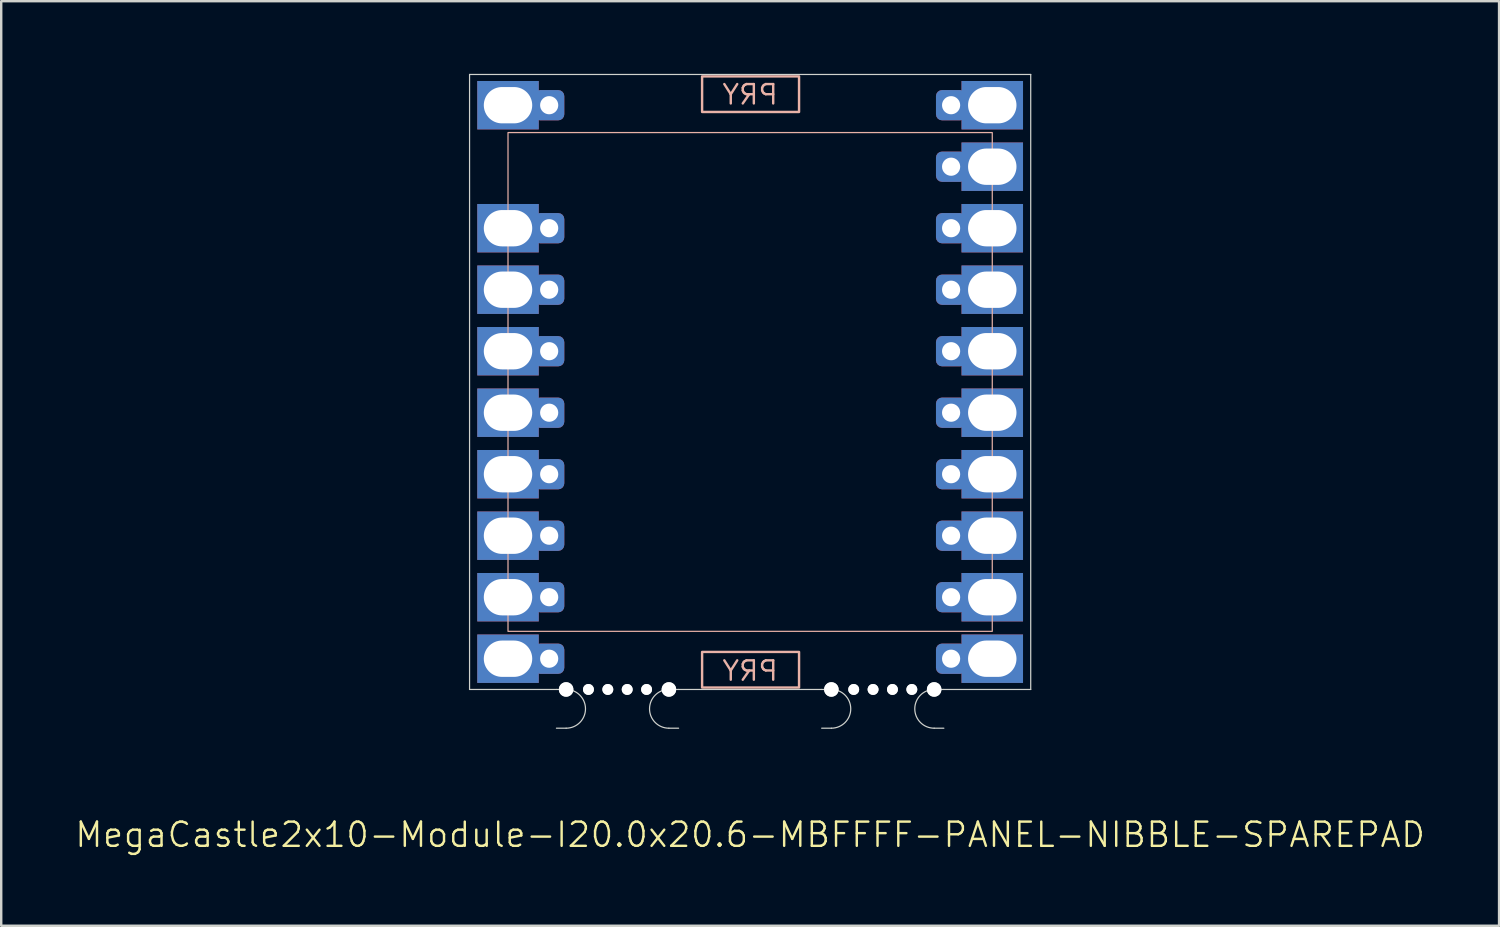
<source format=kicad_pcb>
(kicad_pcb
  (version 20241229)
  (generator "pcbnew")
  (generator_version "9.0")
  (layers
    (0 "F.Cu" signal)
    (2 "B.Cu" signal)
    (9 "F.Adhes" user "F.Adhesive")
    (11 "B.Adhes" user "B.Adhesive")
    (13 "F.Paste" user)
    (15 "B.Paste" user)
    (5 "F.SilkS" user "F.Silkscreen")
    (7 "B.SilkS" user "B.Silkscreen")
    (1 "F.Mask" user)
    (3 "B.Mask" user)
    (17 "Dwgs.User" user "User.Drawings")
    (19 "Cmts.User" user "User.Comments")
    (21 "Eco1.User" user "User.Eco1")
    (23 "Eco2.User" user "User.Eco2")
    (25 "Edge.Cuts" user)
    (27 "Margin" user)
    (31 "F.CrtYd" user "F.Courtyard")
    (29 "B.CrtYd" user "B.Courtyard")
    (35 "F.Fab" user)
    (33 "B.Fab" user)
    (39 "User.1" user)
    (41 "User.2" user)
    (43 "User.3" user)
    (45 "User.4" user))
  (footprint "MegaCastle2x10-Module-I20.0x20.6-MBFFFF-PANEL-NIBBLE-SPAREPAD"
    (layer "F.Cu")
    (at 27.931 12.725)
    (property "Reference" "MegaCastle2x10-Module-I20.0x20.6-MBFFFF-PANEL-NIBBLE-SPAREPAD" (at 0 18.7 0) (unlocked yes) (layer "F.SilkS") (effects (font (size 1 1) (thickness 0.1))))
    (attr smd)
    (fp_rect (start -10 10.3) (end 10 -10.3) (stroke (width 0.05) (type default)) (fill no) (layer "B.SilkS"))
    (fp_rect (start -1.984 -11.151) (end 2.02 -12.62) (stroke (width 0.1) (type default)) (fill no) (layer "B.SilkS"))
    (fp_rect (start -1.984 11.151) (end 2.02 12.62) (stroke (width 0.1) (type default)) (fill no) (layer "B.SilkS"))
    (fp_line (start -11.588 -12.7) (end -11.588 12.7) (stroke (width 0.05) (type default)) (layer "Edge.Cuts"))
    (fp_line (start -11.588 -12.7) (end 11.588 -12.7) (stroke (width 0.05) (type default)) (layer "Edge.Cuts"))
    (fp_line (start -11.588 12.7) (end -8 12.7) (stroke (width 0.05) (type default)) (layer "Edge.Cuts"))
    (fp_line (start -8 12.7) (end -7.6 12.7) (stroke (width 0.05) (type default)) (layer "Edge.Cuts"))
    (fp_line (start -8 14.3) (end -7.6 14.3) (stroke (width 0.05) (type default)) (layer "Edge.Cuts"))
    (fp_line (start -2.955 12.7) (end -3.355 12.7) (stroke (width 0.05) (type default)) (layer "Edge.Cuts"))
    (fp_line (start -2.955 12.7) (end 2.955 12.7) (stroke (width 0.05) (type default)) (layer "Edge.Cuts"))
    (fp_line (start -2.955 14.3) (end -3.355 14.3) (stroke (width 0.05) (type default)) (layer "Edge.Cuts"))
    (fp_line (start 2.955 12.7) (end 3.355 12.7) (stroke (width 0.05) (type default)) (layer "Edge.Cuts"))
    (fp_line (start 2.955 14.3) (end 3.355 14.3) (stroke (width 0.05) (type default)) (layer "Edge.Cuts"))
    (fp_line (start 8 12.7) (end 7.6 12.7) (stroke (width 0.05) (type default)) (layer "Edge.Cuts"))
    (fp_line (start 8 12.7) (end 11.588 12.7) (stroke (width 0.05) (type default)) (layer "Edge.Cuts"))
    (fp_line (start 8 14.3) (end 7.6 14.3) (stroke (width 0.05) (type default)) (layer "Edge.Cuts"))
    (fp_line (start 11.588 -12.7) (end 11.588 12.7) (stroke (width 0.05) (type default)) (layer "Edge.Cuts"))
    (fp_arc (start -7.6 12.7) (mid -6.8 13.5) (end -7.6 14.3) (stroke (width 0.05) (type default)) (layer "Edge.Cuts"))
    (fp_arc (start -3.355 14.3) (mid -4.155 13.5) (end -3.355 12.7) (stroke (width 0.05) (type default)) (layer "Edge.Cuts"))
    (fp_arc (start 3.355 12.7) (mid 4.155 13.5) (end 3.355 14.3) (stroke (width 0.05) (type default)) (layer "Edge.Cuts"))
    (fp_arc (start 7.6 14.3) (mid 6.8 13.5) (end 7.6 12.7) (stroke (width 0.05) (type default)) (layer "Edge.Cuts"))
    (fp_text user "PRY" (at 0 12.4 0) (unlocked yes) (layer "B.SilkS") (effects (font (size 0.8 0.8) (thickness 0.1)) (justify bottom mirror)))
    (fp_text user "PRY" (at 0 -11.4 0) (unlocked yes) (layer "B.SilkS") (effects (font (size 0.8 0.8) (thickness 0.1)) (justify bottom mirror)))
    (pad "" np_thru_hole circle (at -7.6 12.7) (size 0.6 0.6) (drill 0.6) (layers "*.Cu" "Edge.Cuts"))
    (pad "" np_thru_hole circle (at -6.678 12.7) (size 0.45 0.45) (drill 0.45) (layers "*.Cu" "Edge.Cuts"))
    (pad "" np_thru_hole circle (at -5.878 12.7) (size 0.45 0.45) (drill 0.45) (layers "*.Cu" "Edge.Cuts"))
    (pad "" np_thru_hole circle (at -5.077 12.7) (size 0.45 0.45) (drill 0.45) (layers "*.Cu" "Edge.Cuts"))
    (pad "" np_thru_hole circle (at -4.277 12.7) (size 0.45 0.45) (drill 0.45) (layers "*.Cu" "Edge.Cuts"))
    (pad "" np_thru_hole circle (at -3.355 12.7) (size 0.6 0.6) (drill 0.6) (layers "*.Cu" "Edge.Cuts"))
    (pad "" np_thru_hole circle (at 3.355 12.7) (size 0.6 0.6) (drill 0.6) (layers "*.Cu" "Edge.Cuts"))
    (pad "" np_thru_hole circle (at 4.277 12.7) (size 0.45 0.45) (drill 0.45) (layers "*.Cu" "Edge.Cuts"))
    (pad "" np_thru_hole circle (at 5.077 12.7) (size 0.45 0.45) (drill 0.45) (layers "*.Cu" "Edge.Cuts"))
    (pad "" np_thru_hole circle (at 5.878 12.7) (size 0.45 0.45) (drill 0.45) (layers "*.Cu" "Edge.Cuts"))
    (pad "" np_thru_hole circle (at 6.678 12.7) (size 0.45 0.45) (drill 0.45) (layers "*.Cu" "Edge.Cuts"))
    (pad "" np_thru_hole circle (at 7.6 12.7) (size 0.6 0.6) (drill 0.6) (layers "*.Cu" "Edge.Cuts"))
    (pad "1" thru_hole rect (at -10 -11.43) (size 2.54 2) (drill oval 2 1.5) (property pad_prop_castellated) (layers "*.Cu" "*.Mask"))
    (pad "1" thru_hole roundrect (at -8.3 -11.43 180) (size 1.25 1.25) (drill 0.75) (layers "*.Cu" "*.Mask") (roundrect_rratio 0.2))
    (pad "3" thru_hole rect (at -10 -6.35) (size 2.54 2) (drill oval 2 1.5) (property pad_prop_castellated) (layers "*.Cu" "*.Mask"))
    (pad "3" thru_hole roundrect (at -8.3 -6.35 180) (size 1.25 1.25) (drill 0.75) (layers "*.Cu" "*.Mask") (roundrect_rratio 0.2))
    (pad "4" thru_hole rect (at -10 -3.81) (size 2.54 2) (drill oval 2 1.5) (property pad_prop_castellated) (layers "*.Cu" "*.Mask"))
    (pad "4" thru_hole roundrect (at -8.3 -3.81 180) (size 1.25 1.25) (drill 0.75) (layers "*.Cu" "*.Mask") (roundrect_rratio 0.2))
    (pad "5" thru_hole rect (at -10 -1.27) (size 2.54 2) (drill oval 2 1.5) (property pad_prop_castellated) (layers "*.Cu" "*.Mask"))
    (pad "5" thru_hole roundrect (at -8.3 -1.27 180) (size 1.25 1.25) (drill 0.75) (layers "*.Cu" "*.Mask") (roundrect_rratio 0.2))
    (pad "6" thru_hole rect (at -10 1.27) (size 2.54 2) (drill oval 2 1.5) (property pad_prop_castellated) (layers "*.Cu" "*.Mask"))
    (pad "6" thru_hole roundrect (at -8.3 1.27 180) (size 1.25 1.25) (drill 0.75) (layers "*.Cu" "*.Mask") (roundrect_rratio 0.2))
    (pad "7" thru_hole rect (at -10 3.81) (size 2.54 2) (drill oval 2 1.5) (property pad_prop_castellated) (layers "*.Cu" "*.Mask"))
    (pad "7" thru_hole roundrect (at -8.3 3.81 180) (size 1.25 1.25) (drill 0.75) (layers "*.Cu" "*.Mask") (roundrect_rratio 0.2))
    (pad "8" thru_hole rect (at -10 6.35) (size 2.54 2) (drill oval 2 1.5) (property pad_prop_castellated) (layers "*.Cu" "*.Mask"))
    (pad "8" thru_hole roundrect (at -8.3 6.35 180) (size 1.25 1.25) (drill 0.75) (layers "*.Cu" "*.Mask") (roundrect_rratio 0.2))
    (pad "9" thru_hole rect (at -10 8.89) (size 2.54 2) (drill oval 2 1.5) (property pad_prop_castellated) (layers "*.Cu" "*.Mask"))
    (pad "9" thru_hole roundrect (at -8.3 8.89 180) (size 1.25 1.25) (drill 0.75) (layers "*.Cu" "*.Mask") (roundrect_rratio 0.2))
    (pad "10" thru_hole rect (at -10 11.43) (size 2.54 2) (drill oval 2 1.5) (property pad_prop_castellated) (layers "*.Cu" "*.Mask"))
    (pad "10" thru_hole roundrect (at -8.3 11.43 180) (size 1.25 1.25) (drill 0.75) (layers "*.Cu" "*.Mask") (roundrect_rratio 0.2))
    (pad "11" thru_hole roundrect (at 8.3 -11.43 180) (size 1.25 1.25) (drill 0.75) (layers "*.Cu" "*.Mask") (roundrect_rratio 0.2))
    (pad "11" thru_hole rect (at 10 -11.43) (size 2.54 2) (drill oval 2 1.5) (property pad_prop_castellated) (layers "*.Cu" "*.Mask"))
    (pad "12" thru_hole roundrect (at 8.3 -8.89 180) (size 1.25 1.25) (drill 0.75) (layers "*.Cu" "*.Mask") (roundrect_rratio 0.2))
    (pad "12" thru_hole rect (at 10 -8.89) (size 2.54 2) (drill oval 2 1.5) (property pad_prop_castellated) (layers "*.Cu" "*.Mask"))
    (pad "13" thru_hole roundrect (at 8.3 -6.35 180) (size 1.25 1.25) (drill 0.75) (layers "*.Cu" "*.Mask") (roundrect_rratio 0.2))
    (pad "13" thru_hole rect (at 10 -6.35) (size 2.54 2) (drill oval 2 1.5) (property pad_prop_castellated) (layers "*.Cu" "*.Mask"))
    (pad "14" thru_hole roundrect (at 8.3 -3.81 180) (size 1.25 1.25) (drill 0.75) (layers "*.Cu" "*.Mask") (roundrect_rratio 0.2))
    (pad "14" thru_hole rect (at 10 -3.81) (size 2.54 2) (drill oval 2 1.5) (property pad_prop_castellated) (layers "*.Cu" "*.Mask"))
    (pad "15" thru_hole roundrect (at 8.3 -1.27 180) (size 1.25 1.25) (drill 0.75) (layers "*.Cu" "*.Mask") (roundrect_rratio 0.2))
    (pad "15" thru_hole rect (at 10 -1.27) (size 2.54 2) (drill oval 2 1.5) (property pad_prop_castellated) (layers "*.Cu" "*.Mask"))
    (pad "16" thru_hole roundrect (at 8.3 1.27 180) (size 1.25 1.25) (drill 0.75) (layers "*.Cu" "*.Mask") (roundrect_rratio 0.2))
    (pad "16" thru_hole rect (at 10 1.27) (size 2.54 2) (drill oval 2 1.5) (property pad_prop_castellated) (layers "*.Cu" "*.Mask"))
    (pad "17" thru_hole roundrect (at 8.3 3.81 180) (size 1.25 1.25) (drill 0.75) (layers "*.Cu" "*.Mask") (roundrect_rratio 0.2))
    (pad "17" thru_hole rect (at 10 3.81) (size 2.54 2) (drill oval 2 1.5) (property pad_prop_castellated) (layers "*.Cu" "*.Mask"))
    (pad "18" thru_hole roundrect (at 8.3 6.35 180) (size 1.25 1.25) (drill 0.75) (layers "*.Cu" "*.Mask") (roundrect_rratio 0.2))
    (pad "18" thru_hole rect (at 10 6.35) (size 2.54 2) (drill oval 2 1.5) (property pad_prop_castellated) (layers "*.Cu" "*.Mask"))
    (pad "19" thru_hole roundrect (at 8.3 8.89 180) (size 1.25 1.25) (drill 0.75) (layers "*.Cu" "*.Mask") (roundrect_rratio 0.2))
    (pad "19" thru_hole rect (at 10 8.89) (size 2.54 2) (drill oval 2 1.5) (property pad_prop_castellated) (layers "*.Cu" "*.Mask"))
    (pad "20" thru_hole roundrect (at 8.3 11.43 180) (size 1.25 1.25) (drill 0.75) (layers "*.Cu" "*.Mask") (roundrect_rratio 0.2))
    (pad "20" thru_hole rect (at 10 11.43) (size 2.54 2) (drill oval 2 1.5) (property pad_prop_castellated) (layers "*.Cu" "*.Mask"))
    (zone (net_name "") (layer "B.Cu") (hatch edge 0.5) (connect_pads) (min_thickness 0.25) (filled_areas_thickness no) (keepout (tracks allowed) (vias allowed) (pads allowed) (copperpour allowed) (footprints not_allowed)) (placement (enabled no)) (fill) (polygon (pts (xy 17.931 25.425) (xy 17.931 0.025))))
    (zone (net_name "") (layer "B.Cu") (hatch edge 0.5) (connect_pads) (min_thickness 0.25) (filled_areas_thickness no) (keepout (tracks allowed) (vias allowed) (pads allowed) (copperpour allowed) (footprints not_allowed)) (placement (enabled no)) (fill) (polygon (pts (xy 37.931 25.425) (xy 37.931 0.025))))
    (zone (net_name "") (layer "B.Cu") (hatch edge 0.5) (connect_pads) (min_thickness 0.25) (filled_areas_thickness no) (keepout (tracks allowed) (vias allowed) (pads allowed) (copperpour allowed) (footprints not_allowed)) (placement (enabled no)) (fill) (polygon (pts (xy 17.931 0.025) (xy 17.931 2.425) (xy 37.931 2.425) (xy 37.931 0.025))))
    (zone (net_name "") (layer "B.Cu") (hatch edge 0.5) (connect_pads) (min_thickness 0.25) (filled_areas_thickness no) (keepout (tracks allowed) (vias allowed) (pads allowed) (copperpour allowed) (footprints not_allowed)) (placement (enabled no)) (fill) (polygon (pts (xy 17.931 25.425) (xy 17.931 23.025) (xy 37.931 23.025) (xy 37.931 25.425))))
    (zone (net_name "") (layer "B.Cu") (name "Upper Pry Zone") (hatch edge 0.5) (connect_pads) (min_thickness 0.25) (filled_areas_thickness no) (keepout (tracks not_allowed) (vias not_allowed) (pads not_allowed) (copperpour allowed) (footprints not_allowed)) (placement (enabled no)) (fill) (polygon (pts (xy 25.947 1.574) (xy 25.947 0.105) (xy 29.95 0.105) (xy 29.95 1.574))))
    (zone (net_name "") (layer "B.Cu") (name "Upper Pry Zone") (hatch edge 0.5) (connect_pads) (min_thickness 0.25) (filled_areas_thickness no) (keepout (tracks not_allowed) (vias not_allowed) (pads not_allowed) (copperpour allowed) (footprints not_allowed)) (placement (enabled no)) (fill) (polygon (pts (xy 25.947 23.876) (xy 25.947 25.345) (xy 29.95 25.345) (xy 29.95 23.876)))))
  (gr_rect
    (start -3 -3)
    (end 58.862 35.185)
    (stroke (width 0.1) (type default))
    (fill no)
    (layer "Edge.Cuts")))
</source>
